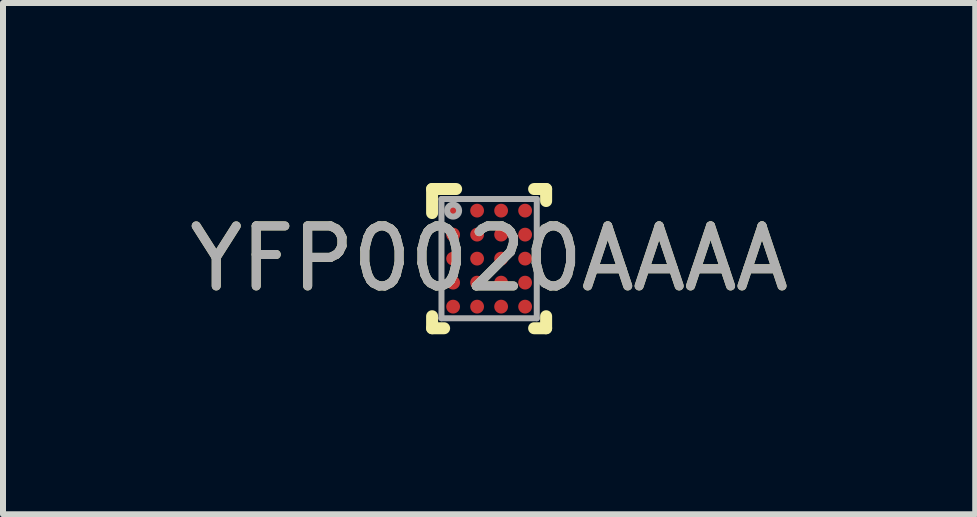
<source format=kicad_pcb>
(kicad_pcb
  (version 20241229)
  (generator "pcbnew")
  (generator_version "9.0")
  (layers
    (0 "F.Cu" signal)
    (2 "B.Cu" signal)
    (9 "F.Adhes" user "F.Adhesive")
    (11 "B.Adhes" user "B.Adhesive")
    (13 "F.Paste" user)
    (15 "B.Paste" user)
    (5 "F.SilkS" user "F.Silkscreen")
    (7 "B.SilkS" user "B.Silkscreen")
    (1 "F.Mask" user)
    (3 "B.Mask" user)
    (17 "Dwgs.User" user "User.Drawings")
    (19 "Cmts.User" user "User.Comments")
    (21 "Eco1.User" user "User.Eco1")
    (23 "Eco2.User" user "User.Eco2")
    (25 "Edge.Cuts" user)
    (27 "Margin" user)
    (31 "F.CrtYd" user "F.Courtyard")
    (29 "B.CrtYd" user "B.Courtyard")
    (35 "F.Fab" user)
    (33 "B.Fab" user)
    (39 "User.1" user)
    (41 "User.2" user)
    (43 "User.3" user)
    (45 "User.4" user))
  (footprint "YFP0020AAAA"
    (layer "F.Cu")
    (at 5.101 1.26)
    (property "Reference" "YFP0020AAAA" (at 0 0 0) (unlocked yes) (layer "F.SilkS") (effects (font (size 1 1) (thickness 0.15))))
    (attr smd)
    (fp_line (start -0.95 -1.16) (end -0.55 -1.16) (stroke (width 0.2) (type solid)) (layer "F.SilkS"))
    (fp_line (start -0.95 -0.76) (end -0.95 -1.16) (stroke (width 0.2) (type solid)) (layer "F.SilkS"))
    (fp_line (start -0.95 1.16) (end -0.95 0.96) (stroke (width 0.2) (type solid)) (layer "F.SilkS"))
    (fp_line (start -0.95 1.16) (end -0.75 1.16) (stroke (width 0.2) (type solid)) (layer "F.SilkS"))
    (fp_line (start 0.75 -1.16) (end 0.95 -1.16) (stroke (width 0.2) (type solid)) (layer "F.SilkS"))
    (fp_line (start 0.75 1.16) (end 0.95 1.16) (stroke (width 0.2) (type solid)) (layer "F.SilkS"))
    (fp_line (start 0.95 -0.96) (end 0.95 -1.16) (stroke (width 0.2) (type solid)) (layer "F.SilkS"))
    (fp_line (start 0.95 1.16) (end 0.95 0.96) (stroke (width 0.2) (type solid)) (layer "F.SilkS"))
    (fp_circle (center -0.675 -0.875) (end -0.65 -0.875) (stroke (width 0.05) (type solid)) (fill no) (layer "F.Paste"))
    (fp_circle (center -0.675 -0.725) (end -0.65 -0.725) (stroke (width 0.05) (type solid)) (fill no) (layer "F.Paste"))
    (fp_circle (center -0.675 -0.475) (end -0.65 -0.475) (stroke (width 0.05) (type solid)) (fill no) (layer "F.Paste"))
    (fp_circle (center -0.675 -0.325) (end -0.65 -0.325) (stroke (width 0.05) (type solid)) (fill no) (layer "F.Paste"))
    (fp_circle (center -0.675 -0.075) (end -0.65 -0.075) (stroke (width 0.05) (type solid)) (fill no) (layer "F.Paste"))
    (fp_circle (center -0.675 0.075) (end -0.65 0.075) (stroke (width 0.05) (type solid)) (fill no) (layer "F.Paste"))
    (fp_circle (center -0.675 0.325) (end -0.65 0.325) (stroke (width 0.05) (type solid)) (fill no) (layer "F.Paste"))
    (fp_circle (center -0.675 0.475) (end -0.65 0.475) (stroke (width 0.05) (type solid)) (fill no) (layer "F.Paste"))
    (fp_circle (center -0.675 0.725) (end -0.65 0.725) (stroke (width 0.05) (type solid)) (fill no) (layer "F.Paste"))
    (fp_circle (center -0.675 0.875) (end -0.65 0.875) (stroke (width 0.05) (type solid)) (fill no) (layer "F.Paste"))
    (fp_circle (center -0.525 -0.875) (end -0.5 -0.875) (stroke (width 0.05) (type solid)) (fill no) (layer "F.Paste"))
    (fp_circle (center -0.525 -0.725) (end -0.5 -0.725) (stroke (width 0.05) (type solid)) (fill no) (layer "F.Paste"))
    (fp_circle (center -0.525 -0.475) (end -0.5 -0.475) (stroke (width 0.05) (type solid)) (fill no) (layer "F.Paste"))
    (fp_circle (center -0.525 -0.325) (end -0.5 -0.325) (stroke (width 0.05) (type solid)) (fill no) (layer "F.Paste"))
    (fp_circle (center -0.525 -0.075) (end -0.5 -0.075) (stroke (width 0.05) (type solid)) (fill no) (layer "F.Paste"))
    (fp_circle (center -0.525 0.075) (end -0.5 0.075) (stroke (width 0.05) (type solid)) (fill no) (layer "F.Paste"))
    (fp_circle (center -0.525 0.325) (end -0.5 0.325) (stroke (width 0.05) (type solid)) (fill no) (layer "F.Paste"))
    (fp_circle (center -0.525 0.475) (end -0.5 0.475) (stroke (width 0.05) (type solid)) (fill no) (layer "F.Paste"))
    (fp_circle (center -0.525 0.725) (end -0.5 0.725) (stroke (width 0.05) (type solid)) (fill no) (layer "F.Paste"))
    (fp_circle (center -0.525 0.875) (end -0.5 0.875) (stroke (width 0.05) (type solid)) (fill no) (layer "F.Paste"))
    (fp_circle (center -0.275 -0.875) (end -0.25 -0.875) (stroke (width 0.05) (type solid)) (fill no) (layer "F.Paste"))
    (fp_circle (center -0.275 -0.725) (end -0.25 -0.725) (stroke (width 0.05) (type solid)) (fill no) (layer "F.Paste"))
    (fp_circle (center -0.275 -0.475) (end -0.25 -0.475) (stroke (width 0.05) (type solid)) (fill no) (layer "F.Paste"))
    (fp_circle (center -0.275 -0.325) (end -0.25 -0.325) (stroke (width 0.05) (type solid)) (fill no) (layer "F.Paste"))
    (fp_circle (center -0.275 -0.075) (end -0.25 -0.075) (stroke (width 0.05) (type solid)) (fill no) (layer "F.Paste"))
    (fp_circle (center -0.275 0.075) (end -0.25 0.075) (stroke (width 0.05) (type solid)) (fill no) (layer "F.Paste"))
    (fp_circle (center -0.275 0.325) (end -0.25 0.325) (stroke (width 0.05) (type solid)) (fill no) (layer "F.Paste"))
    (fp_circle (center -0.275 0.475) (end -0.25 0.475) (stroke (width 0.05) (type solid)) (fill no) (layer "F.Paste"))
    (fp_circle (center -0.275 0.725) (end -0.25 0.725) (stroke (width 0.05) (type solid)) (fill no) (layer "F.Paste"))
    (fp_circle (center -0.275 0.875) (end -0.25 0.875) (stroke (width 0.05) (type solid)) (fill no) (layer "F.Paste"))
    (fp_circle (center -0.125 -0.875) (end -0.1 -0.875) (stroke (width 0.05) (type solid)) (fill no) (layer "F.Paste"))
    (fp_circle (center -0.125 -0.725) (end -0.1 -0.725) (stroke (width 0.05) (type solid)) (fill no) (layer "F.Paste"))
    (fp_circle (center -0.125 -0.475) (end -0.1 -0.475) (stroke (width 0.05) (type solid)) (fill no) (layer "F.Paste"))
    (fp_circle (center -0.125 -0.325) (end -0.1 -0.325) (stroke (width 0.05) (type solid)) (fill no) (layer "F.Paste"))
    (fp_circle (center -0.125 -0.075) (end -0.1 -0.075) (stroke (width 0.05) (type solid)) (fill no) (layer "F.Paste"))
    (fp_circle (center -0.125 0.075) (end -0.1 0.075) (stroke (width 0.05) (type solid)) (fill no) (layer "F.Paste"))
    (fp_circle (center -0.125 0.325) (end -0.1 0.325) (stroke (width 0.05) (type solid)) (fill no) (layer "F.Paste"))
    (fp_circle (center -0.125 0.475) (end -0.1 0.475) (stroke (width 0.05) (type solid)) (fill no) (layer "F.Paste"))
    (fp_circle (center -0.125 0.725) (end -0.1 0.725) (stroke (width 0.05) (type solid)) (fill no) (layer "F.Paste"))
    (fp_circle (center -0.125 0.875) (end -0.1 0.875) (stroke (width 0.05) (type solid)) (fill no) (layer "F.Paste"))
    (fp_circle (center 0.125 -0.875) (end 0.15 -0.875) (stroke (width 0.05) (type solid)) (fill no) (layer "F.Paste"))
    (fp_circle (center 0.125 -0.725) (end 0.15 -0.725) (stroke (width 0.05) (type solid)) (fill no) (layer "F.Paste"))
    (fp_circle (center 0.125 -0.475) (end 0.15 -0.475) (stroke (width 0.05) (type solid)) (fill no) (layer "F.Paste"))
    (fp_circle (center 0.125 -0.325) (end 0.15 -0.325) (stroke (width 0.05) (type solid)) (fill no) (layer "F.Paste"))
    (fp_circle (center 0.125 -0.075) (end 0.15 -0.075) (stroke (width 0.05) (type solid)) (fill no) (layer "F.Paste"))
    (fp_circle (center 0.125 0.075) (end 0.15 0.075) (stroke (width 0.05) (type solid)) (fill no) (layer "F.Paste"))
    (fp_circle (center 0.125 0.325) (end 0.15 0.325) (stroke (width 0.05) (type solid)) (fill no) (layer "F.Paste"))
    (fp_circle (center 0.125 0.475) (end 0.15 0.475) (stroke (width 0.05) (type solid)) (fill no) (layer "F.Paste"))
    (fp_circle (center 0.125 0.725) (end 0.15 0.725) (stroke (width 0.05) (type solid)) (fill no) (layer "F.Paste"))
    (fp_circle (center 0.125 0.875) (end 0.15 0.875) (stroke (width 0.05) (type solid)) (fill no) (layer "F.Paste"))
    (fp_circle (center 0.275 -0.875) (end 0.3 -0.875) (stroke (width 0.05) (type solid)) (fill no) (layer "F.Paste"))
    (fp_circle (center 0.275 -0.725) (end 0.3 -0.725) (stroke (width 0.05) (type solid)) (fill no) (layer "F.Paste"))
    (fp_circle (center 0.275 -0.475) (end 0.3 -0.475) (stroke (width 0.05) (type solid)) (fill no) (layer "F.Paste"))
    (fp_circle (center 0.275 -0.325) (end 0.3 -0.325) (stroke (width 0.05) (type solid)) (fill no) (layer "F.Paste"))
    (fp_circle (center 0.275 -0.075) (end 0.3 -0.075) (stroke (width 0.05) (type solid)) (fill no) (layer "F.Paste"))
    (fp_circle (center 0.275 0.075) (end 0.3 0.075) (stroke (width 0.05) (type solid)) (fill no) (layer "F.Paste"))
    (fp_circle (center 0.275 0.325) (end 0.3 0.325) (stroke (width 0.05) (type solid)) (fill no) (layer "F.Paste"))
    (fp_circle (center 0.275 0.475) (end 0.3 0.475) (stroke (width 0.05) (type solid)) (fill no) (layer "F.Paste"))
    (fp_circle (center 0.275 0.725) (end 0.3 0.725) (stroke (width 0.05) (type solid)) (fill no) (layer "F.Paste"))
    (fp_circle (center 0.275 0.875) (end 0.3 0.875) (stroke (width 0.05) (type solid)) (fill no) (layer "F.Paste"))
    (fp_circle (center 0.525 -0.875) (end 0.55 -0.875) (stroke (width 0.05) (type solid)) (fill no) (layer "F.Paste"))
    (fp_circle (center 0.525 -0.725) (end 0.55 -0.725) (stroke (width 0.05) (type solid)) (fill no) (layer "F.Paste"))
    (fp_circle (center 0.525 -0.475) (end 0.55 -0.475) (stroke (width 0.05) (type solid)) (fill no) (layer "F.Paste"))
    (fp_circle (center 0.525 -0.325) (end 0.55 -0.325) (stroke (width 0.05) (type solid)) (fill no) (layer "F.Paste"))
    (fp_circle (center 0.525 -0.075) (end 0.55 -0.075) (stroke (width 0.05) (type solid)) (fill no) (layer "F.Paste"))
    (fp_circle (center 0.525 0.075) (end 0.55 0.075) (stroke (width 0.05) (type solid)) (fill no) (layer "F.Paste"))
    (fp_circle (center 0.525 0.325) (end 0.55 0.325) (stroke (width 0.05) (type solid)) (fill no) (layer "F.Paste"))
    (fp_circle (center 0.525 0.475) (end 0.55 0.475) (stroke (width 0.05) (type solid)) (fill no) (layer "F.Paste"))
    (fp_circle (center 0.525 0.725) (end 0.55 0.725) (stroke (width 0.05) (type solid)) (fill no) (layer "F.Paste"))
    (fp_circle (center 0.525 0.875) (end 0.55 0.875) (stroke (width 0.05) (type solid)) (fill no) (layer "F.Paste"))
    (fp_circle (center 0.675 -0.875) (end 0.7 -0.875) (stroke (width 0.05) (type solid)) (fill no) (layer "F.Paste"))
    (fp_circle (center 0.675 -0.725) (end 0.7 -0.725) (stroke (width 0.05) (type solid)) (fill no) (layer "F.Paste"))
    (fp_circle (center 0.675 -0.475) (end 0.7 -0.475) (stroke (width 0.05) (type solid)) (fill no) (layer "F.Paste"))
    (fp_circle (center 0.675 -0.325) (end 0.7 -0.325) (stroke (width 0.05) (type solid)) (fill no) (layer "F.Paste"))
    (fp_circle (center 0.675 -0.075) (end 0.7 -0.075) (stroke (width 0.05) (type solid)) (fill no) (layer "F.Paste"))
    (fp_circle (center 0.675 0.075) (end 0.7 0.075) (stroke (width 0.05) (type solid)) (fill no) (layer "F.Paste"))
    (fp_circle (center 0.675 0.325) (end 0.7 0.325) (stroke (width 0.05) (type solid)) (fill no) (layer "F.Paste"))
    (fp_circle (center 0.675 0.475) (end 0.7 0.475) (stroke (width 0.05) (type solid)) (fill no) (layer "F.Paste"))
    (fp_circle (center 0.675 0.725) (end 0.7 0.725) (stroke (width 0.05) (type solid)) (fill no) (layer "F.Paste"))
    (fp_circle (center 0.675 0.875) (end 0.7 0.875) (stroke (width 0.05) (type solid)) (fill no) (layer "F.Paste"))
    (fp_poly (pts (xy -0.725 -0.875) (xy -0.725 -0.725) (xy -0.675 -0.725) (xy -0.675 -0.875)) (stroke (width 0) (type solid)) (fill yes) (layer "F.Paste"))
    (fp_poly (pts (xy -0.725 -0.475) (xy -0.725 -0.325) (xy -0.675 -0.325) (xy -0.675 -0.475)) (stroke (width 0) (type solid)) (fill yes) (layer "F.Paste"))
    (fp_poly (pts (xy -0.725 -0.075) (xy -0.725 0.075) (xy -0.675 0.075) (xy -0.675 -0.075)) (stroke (width 0) (type solid)) (fill yes) (layer "F.Paste"))
    (fp_poly (pts (xy -0.725 0.325) (xy -0.725 0.475) (xy -0.675 0.475) (xy -0.675 0.325)) (stroke (width 0) (type solid)) (fill yes) (layer "F.Paste"))
    (fp_poly (pts (xy -0.725 0.725) (xy -0.725 0.875) (xy -0.675 0.875) (xy -0.675 0.725)) (stroke (width 0) (type solid)) (fill yes) (layer "F.Paste"))
    (fp_poly (pts (xy -0.675 -0.875) (xy -0.675 -0.725) (xy -0.525 -0.725) (xy -0.525 -0.875)) (stroke (width 0) (type solid)) (fill yes) (layer "F.Paste"))
    (fp_poly (pts (xy -0.675 -0.675) (xy -0.525 -0.675) (xy -0.525 -0.725) (xy -0.675 -0.725)) (stroke (width 0) (type solid)) (fill yes) (layer "F.Paste"))
    (fp_poly (pts (xy -0.675 -0.475) (xy -0.675 -0.325) (xy -0.525 -0.325) (xy -0.525 -0.475)) (stroke (width 0) (type solid)) (fill yes) (layer "F.Paste"))
    (fp_poly (pts (xy -0.675 -0.275) (xy -0.525 -0.275) (xy -0.525 -0.325) (xy -0.675 -0.325)) (stroke (width 0) (type solid)) (fill yes) (layer "F.Paste"))
    (fp_poly (pts (xy -0.675 -0.075) (xy -0.675 0.075) (xy -0.525 0.075) (xy -0.525 -0.075)) (stroke (width 0) (type solid)) (fill yes) (layer "F.Paste"))
    (fp_poly (pts (xy -0.675 0.125) (xy -0.525 0.125) (xy -0.525 0.075) (xy -0.675 0.075)) (stroke (width 0) (type solid)) (fill yes) (layer "F.Paste"))
    (fp_poly (pts (xy -0.675 0.325) (xy -0.675 0.475) (xy -0.525 0.475) (xy -0.525 0.325)) (stroke (width 0) (type solid)) (fill yes) (layer "F.Paste"))
    (fp_poly (pts (xy -0.675 0.525) (xy -0.525 0.525) (xy -0.525 0.475) (xy -0.675 0.475)) (stroke (width 0) (type solid)) (fill yes) (layer "F.Paste"))
    (fp_poly (pts (xy -0.675 0.725) (xy -0.675 0.875) (xy -0.525 0.875) (xy -0.525 0.725)) (stroke (width 0) (type solid)) (fill yes) (layer "F.Paste"))
    (fp_poly (pts (xy -0.675 0.925) (xy -0.525 0.925) (xy -0.525 0.875) (xy -0.675 0.875)) (stroke (width 0) (type solid)) (fill yes) (layer "F.Paste"))
    (fp_poly (pts (xy -0.525 -0.925) (xy -0.675 -0.925) (xy -0.675 -0.875) (xy -0.525 -0.875)) (stroke (width 0) (type solid)) (fill yes) (layer "F.Paste"))
    (fp_poly (pts (xy -0.525 -0.525) (xy -0.675 -0.525) (xy -0.675 -0.475) (xy -0.525 -0.475)) (stroke (width 0) (type solid)) (fill yes) (layer "F.Paste"))
    (fp_poly (pts (xy -0.525 -0.125) (xy -0.675 -0.125) (xy -0.675 -0.075) (xy -0.525 -0.075)) (stroke (width 0) (type solid)) (fill yes) (layer "F.Paste"))
    (fp_poly (pts (xy -0.525 0.275) (xy -0.675 0.275) (xy -0.675 0.325) (xy -0.525 0.325)) (stroke (width 0) (type solid)) (fill yes) (layer "F.Paste"))
    (fp_poly (pts (xy -0.525 0.675) (xy -0.675 0.675) (xy -0.675 0.725) (xy -0.525 0.725)) (stroke (width 0) (type solid)) (fill yes) (layer "F.Paste"))
    (fp_poly (pts (xy -0.475 -0.725) (xy -0.475 -0.875) (xy -0.525 -0.875) (xy -0.525 -0.725)) (stroke (width 0) (type solid)) (fill yes) (layer "F.Paste"))
    (fp_poly (pts (xy -0.475 -0.325) (xy -0.475 -0.475) (xy -0.525 -0.475) (xy -0.525 -0.325)) (stroke (width 0) (type solid)) (fill yes) (layer "F.Paste"))
    (fp_poly (pts (xy -0.475 0.075) (xy -0.475 -0.075) (xy -0.525 -0.075) (xy -0.525 0.075)) (stroke (width 0) (type solid)) (fill yes) (layer "F.Paste"))
    (fp_poly (pts (xy -0.475 0.475) (xy -0.475 0.325) (xy -0.525 0.325) (xy -0.525 0.475)) (stroke (width 0) (type solid)) (fill yes) (layer "F.Paste"))
    (fp_poly (pts (xy -0.475 0.875) (xy -0.475 0.725) (xy -0.525 0.725) (xy -0.525 0.875)) (stroke (width 0) (type solid)) (fill yes) (layer "F.Paste"))
    (fp_poly (pts (xy -0.325 -0.875) (xy -0.325 -0.725) (xy -0.275 -0.725) (xy -0.275 -0.875)) (stroke (width 0) (type solid)) (fill yes) (layer "F.Paste"))
    (fp_poly (pts (xy -0.325 -0.475) (xy -0.325 -0.325) (xy -0.275 -0.325) (xy -0.275 -0.475)) (stroke (width 0) (type solid)) (fill yes) (layer "F.Paste"))
    (fp_poly (pts (xy -0.325 -0.075) (xy -0.325 0.075) (xy -0.275 0.075) (xy -0.275 -0.075)) (stroke (width 0) (type solid)) (fill yes) (layer "F.Paste"))
    (fp_poly (pts (xy -0.325 0.325) (xy -0.325 0.475) (xy -0.275 0.475) (xy -0.275 0.325)) (stroke (width 0) (type solid)) (fill yes) (layer "F.Paste"))
    (fp_poly (pts (xy -0.325 0.725) (xy -0.325 0.875) (xy -0.275 0.875) (xy -0.275 0.725)) (stroke (width 0) (type solid)) (fill yes) (layer "F.Paste"))
    (fp_poly (pts (xy -0.275 -0.875) (xy -0.275 -0.725) (xy -0.125 -0.725) (xy -0.125 -0.875)) (stroke (width 0) (type solid)) (fill yes) (layer "F.Paste"))
    (fp_poly (pts (xy -0.275 -0.675) (xy -0.125 -0.675) (xy -0.125 -0.725) (xy -0.275 -0.725)) (stroke (width 0) (type solid)) (fill yes) (layer "F.Paste"))
    (fp_poly (pts (xy -0.275 -0.475) (xy -0.275 -0.325) (xy -0.125 -0.325) (xy -0.125 -0.475)) (stroke (width 0) (type solid)) (fill yes) (layer "F.Paste"))
    (fp_poly (pts (xy -0.275 -0.275) (xy -0.125 -0.275) (xy -0.125 -0.325) (xy -0.275 -0.325)) (stroke (width 0) (type solid)) (fill yes) (layer "F.Paste"))
    (fp_poly (pts (xy -0.275 -0.075) (xy -0.275 0.075) (xy -0.125 0.075) (xy -0.125 -0.075)) (stroke (width 0) (type solid)) (fill yes) (layer "F.Paste"))
    (fp_poly (pts (xy -0.275 0.125) (xy -0.125 0.125) (xy -0.125 0.075) (xy -0.275 0.075)) (stroke (width 0) (type solid)) (fill yes) (layer "F.Paste"))
    (fp_poly (pts (xy -0.275 0.325) (xy -0.275 0.475) (xy -0.125 0.475) (xy -0.125 0.325)) (stroke (width 0) (type solid)) (fill yes) (layer "F.Paste"))
    (fp_poly (pts (xy -0.275 0.525) (xy -0.125 0.525) (xy -0.125 0.475) (xy -0.275 0.475)) (stroke (width 0) (type solid)) (fill yes) (layer "F.Paste"))
    (fp_poly (pts (xy -0.275 0.725) (xy -0.275 0.875) (xy -0.125 0.875) (xy -0.125 0.725)) (stroke (width 0) (type solid)) (fill yes) (layer "F.Paste"))
    (fp_poly (pts (xy -0.275 0.925) (xy -0.125 0.925) (xy -0.125 0.875) (xy -0.275 0.875)) (stroke (width 0) (type solid)) (fill yes) (layer "F.Paste"))
    (fp_poly (pts (xy -0.125 -0.925) (xy -0.275 -0.925) (xy -0.275 -0.875) (xy -0.125 -0.875)) (stroke (width 0) (type solid)) (fill yes) (layer "F.Paste"))
    (fp_poly (pts (xy -0.125 -0.525) (xy -0.275 -0.525) (xy -0.275 -0.475) (xy -0.125 -0.475)) (stroke (width 0) (type solid)) (fill yes) (layer "F.Paste"))
    (fp_poly (pts (xy -0.125 -0.125) (xy -0.275 -0.125) (xy -0.275 -0.075) (xy -0.125 -0.075)) (stroke (width 0) (type solid)) (fill yes) (layer "F.Paste"))
    (fp_poly (pts (xy -0.125 0.275) (xy -0.275 0.275) (xy -0.275 0.325) (xy -0.125 0.325)) (stroke (width 0) (type solid)) (fill yes) (layer "F.Paste"))
    (fp_poly (pts (xy -0.125 0.675) (xy -0.275 0.675) (xy -0.275 0.725) (xy -0.125 0.725)) (stroke (width 0) (type solid)) (fill yes) (layer "F.Paste"))
    (fp_poly (pts (xy -0.075 -0.725) (xy -0.075 -0.875) (xy -0.125 -0.875) (xy -0.125 -0.725)) (stroke (width 0) (type solid)) (fill yes) (layer "F.Paste"))
    (fp_poly (pts (xy -0.075 -0.325) (xy -0.075 -0.475) (xy -0.125 -0.475) (xy -0.125 -0.325)) (stroke (width 0) (type solid)) (fill yes) (layer "F.Paste"))
    (fp_poly (pts (xy -0.075 0.075) (xy -0.075 -0.075) (xy -0.125 -0.075) (xy -0.125 0.075)) (stroke (width 0) (type solid)) (fill yes) (layer "F.Paste"))
    (fp_poly (pts (xy -0.075 0.475) (xy -0.075 0.325) (xy -0.125 0.325) (xy -0.125 0.475)) (stroke (width 0) (type solid)) (fill yes) (layer "F.Paste"))
    (fp_poly (pts (xy -0.075 0.875) (xy -0.075 0.725) (xy -0.125 0.725) (xy -0.125 0.875)) (stroke (width 0) (type solid)) (fill yes) (layer "F.Paste"))
    (fp_poly (pts (xy 0.075 -0.875) (xy 0.075 -0.725) (xy 0.125 -0.725) (xy 0.125 -0.875)) (stroke (width 0) (type solid)) (fill yes) (layer "F.Paste"))
    (fp_poly (pts (xy 0.075 -0.475) (xy 0.075 -0.325) (xy 0.125 -0.325) (xy 0.125 -0.475)) (stroke (width 0) (type solid)) (fill yes) (layer "F.Paste"))
    (fp_poly (pts (xy 0.075 -0.075) (xy 0.075 0.075) (xy 0.125 0.075) (xy 0.125 -0.075)) (stroke (width 0) (type solid)) (fill yes) (layer "F.Paste"))
    (fp_poly (pts (xy 0.075 0.325) (xy 0.075 0.475) (xy 0.125 0.475) (xy 0.125 0.325)) (stroke (width 0) (type solid)) (fill yes) (layer "F.Paste"))
    (fp_poly (pts (xy 0.075 0.725) (xy 0.075 0.875) (xy 0.125 0.875) (xy 0.125 0.725)) (stroke (width 0) (type solid)) (fill yes) (layer "F.Paste"))
    (fp_poly (pts (xy 0.125 -0.875) (xy 0.125 -0.725) (xy 0.275 -0.725) (xy 0.275 -0.875)) (stroke (width 0) (type solid)) (fill yes) (layer "F.Paste"))
    (fp_poly (pts (xy 0.125 -0.675) (xy 0.275 -0.675) (xy 0.275 -0.725) (xy 0.125 -0.725)) (stroke (width 0) (type solid)) (fill yes) (layer "F.Paste"))
    (fp_poly (pts (xy 0.125 -0.475) (xy 0.125 -0.325) (xy 0.275 -0.325) (xy 0.275 -0.475)) (stroke (width 0) (type solid)) (fill yes) (layer "F.Paste"))
    (fp_poly (pts (xy 0.125 -0.275) (xy 0.275 -0.275) (xy 0.275 -0.325) (xy 0.125 -0.325)) (stroke (width 0) (type solid)) (fill yes) (layer "F.Paste"))
    (fp_poly (pts (xy 0.125 -0.075) (xy 0.125 0.075) (xy 0.275 0.075) (xy 0.275 -0.075)) (stroke (width 0) (type solid)) (fill yes) (layer "F.Paste"))
    (fp_poly (pts (xy 0.125 0.125) (xy 0.275 0.125) (xy 0.275 0.075) (xy 0.125 0.075)) (stroke (width 0) (type solid)) (fill yes) (layer "F.Paste"))
    (fp_poly (pts (xy 0.125 0.325) (xy 0.125 0.475) (xy 0.275 0.475) (xy 0.275 0.325)) (stroke (width 0) (type solid)) (fill yes) (layer "F.Paste"))
    (fp_poly (pts (xy 0.125 0.525) (xy 0.275 0.525) (xy 0.275 0.475) (xy 0.125 0.475)) (stroke (width 0) (type solid)) (fill yes) (layer "F.Paste"))
    (fp_poly (pts (xy 0.125 0.725) (xy 0.125 0.875) (xy 0.275 0.875) (xy 0.275 0.725)) (stroke (width 0) (type solid)) (fill yes) (layer "F.Paste"))
    (fp_poly (pts (xy 0.125 0.925) (xy 0.275 0.925) (xy 0.275 0.875) (xy 0.125 0.875)) (stroke (width 0) (type solid)) (fill yes) (layer "F.Paste"))
    (fp_poly (pts (xy 0.275 -0.925) (xy 0.125 -0.925) (xy 0.125 -0.875) (xy 0.275 -0.875)) (stroke (width 0) (type solid)) (fill yes) (layer "F.Paste"))
    (fp_poly (pts (xy 0.275 -0.525) (xy 0.125 -0.525) (xy 0.125 -0.475) (xy 0.275 -0.475)) (stroke (width 0) (type solid)) (fill yes) (layer "F.Paste"))
    (fp_poly (pts (xy 0.275 -0.125) (xy 0.125 -0.125) (xy 0.125 -0.075) (xy 0.275 -0.075)) (stroke (width 0) (type solid)) (fill yes) (layer "F.Paste"))
    (fp_poly (pts (xy 0.275 0.275) (xy 0.125 0.275) (xy 0.125 0.325) (xy 0.275 0.325)) (stroke (width 0) (type solid)) (fill yes) (layer "F.Paste"))
    (fp_poly (pts (xy 0.275 0.675) (xy 0.125 0.675) (xy 0.125 0.725) (xy 0.275 0.725)) (stroke (width 0) (type solid)) (fill yes) (layer "F.Paste"))
    (fp_poly (pts (xy 0.325 -0.725) (xy 0.325 -0.875) (xy 0.275 -0.875) (xy 0.275 -0.725)) (stroke (width 0) (type solid)) (fill yes) (layer "F.Paste"))
    (fp_poly (pts (xy 0.325 -0.325) (xy 0.325 -0.475) (xy 0.275 -0.475) (xy 0.275 -0.325)) (stroke (width 0) (type solid)) (fill yes) (layer "F.Paste"))
    (fp_poly (pts (xy 0.325 0.075) (xy 0.325 -0.075) (xy 0.275 -0.075) (xy 0.275 0.075)) (stroke (width 0) (type solid)) (fill yes) (layer "F.Paste"))
    (fp_poly (pts (xy 0.325 0.475) (xy 0.325 0.325) (xy 0.275 0.325) (xy 0.275 0.475)) (stroke (width 0) (type solid)) (fill yes) (layer "F.Paste"))
    (fp_poly (pts (xy 0.325 0.875) (xy 0.325 0.725) (xy 0.275 0.725) (xy 0.275 0.875)) (stroke (width 0) (type solid)) (fill yes) (layer "F.Paste"))
    (fp_poly (pts (xy 0.475 -0.875) (xy 0.475 -0.725) (xy 0.525 -0.725) (xy 0.525 -0.875)) (stroke (width 0) (type solid)) (fill yes) (layer "F.Paste"))
    (fp_poly (pts (xy 0.475 -0.475) (xy 0.475 -0.325) (xy 0.525 -0.325) (xy 0.525 -0.475)) (stroke (width 0) (type solid)) (fill yes) (layer "F.Paste"))
    (fp_poly (pts (xy 0.475 -0.075) (xy 0.475 0.075) (xy 0.525 0.075) (xy 0.525 -0.075)) (stroke (width 0) (type solid)) (fill yes) (layer "F.Paste"))
    (fp_poly (pts (xy 0.475 0.325) (xy 0.475 0.475) (xy 0.525 0.475) (xy 0.525 0.325)) (stroke (width 0) (type solid)) (fill yes) (layer "F.Paste"))
    (fp_poly (pts (xy 0.475 0.725) (xy 0.475 0.875) (xy 0.525 0.875) (xy 0.525 0.725)) (stroke (width 0) (type solid)) (fill yes) (layer "F.Paste"))
    (fp_poly (pts (xy 0.525 -0.875) (xy 0.525 -0.725) (xy 0.675 -0.725) (xy 0.675 -0.875)) (stroke (width 0) (type solid)) (fill yes) (layer "F.Paste"))
    (fp_poly (pts (xy 0.525 -0.675) (xy 0.675 -0.675) (xy 0.675 -0.725) (xy 0.525 -0.725)) (stroke (width 0) (type solid)) (fill yes) (layer "F.Paste"))
    (fp_poly (pts (xy 0.525 -0.475) (xy 0.525 -0.325) (xy 0.675 -0.325) (xy 0.675 -0.475)) (stroke (width 0) (type solid)) (fill yes) (layer "F.Paste"))
    (fp_poly (pts (xy 0.525 -0.275) (xy 0.675 -0.275) (xy 0.675 -0.325) (xy 0.525 -0.325)) (stroke (width 0) (type solid)) (fill yes) (layer "F.Paste"))
    (fp_poly (pts (xy 0.525 -0.075) (xy 0.525 0.075) (xy 0.675 0.075) (xy 0.675 -0.075)) (stroke (width 0) (type solid)) (fill yes) (layer "F.Paste"))
    (fp_poly (pts (xy 0.525 0.125) (xy 0.675 0.125) (xy 0.675 0.075) (xy 0.525 0.075)) (stroke (width 0) (type solid)) (fill yes) (layer "F.Paste"))
    (fp_poly (pts (xy 0.525 0.325) (xy 0.525 0.475) (xy 0.675 0.475) (xy 0.675 0.325)) (stroke (width 0) (type solid)) (fill yes) (layer "F.Paste"))
    (fp_poly (pts (xy 0.525 0.525) (xy 0.675 0.525) (xy 0.675 0.475) (xy 0.525 0.475)) (stroke (width 0) (type solid)) (fill yes) (layer "F.Paste"))
    (fp_poly (pts (xy 0.525 0.725) (xy 0.525 0.875) (xy 0.675 0.875) (xy 0.675 0.725)) (stroke (width 0) (type solid)) (fill yes) (layer "F.Paste"))
    (fp_poly (pts (xy 0.525 0.925) (xy 0.675 0.925) (xy 0.675 0.875) (xy 0.525 0.875)) (stroke (width 0) (type solid)) (fill yes) (layer "F.Paste"))
    (fp_poly (pts (xy 0.675 -0.925) (xy 0.525 -0.925) (xy 0.525 -0.875) (xy 0.675 -0.875)) (stroke (width 0) (type solid)) (fill yes) (layer "F.Paste"))
    (fp_poly (pts (xy 0.675 -0.525) (xy 0.525 -0.525) (xy 0.525 -0.475) (xy 0.675 -0.475)) (stroke (width 0) (type solid)) (fill yes) (layer "F.Paste"))
    (fp_poly (pts (xy 0.675 -0.125) (xy 0.525 -0.125) (xy 0.525 -0.075) (xy 0.675 -0.075)) (stroke (width 0) (type solid)) (fill yes) (layer "F.Paste"))
    (fp_poly (pts (xy 0.675 0.275) (xy 0.525 0.275) (xy 0.525 0.325) (xy 0.675 0.325)) (stroke (width 0) (type solid)) (fill yes) (layer "F.Paste"))
    (fp_poly (pts (xy 0.675 0.675) (xy 0.525 0.675) (xy 0.525 0.725) (xy 0.675 0.725)) (stroke (width 0) (type solid)) (fill yes) (layer "F.Paste"))
    (fp_poly (pts (xy 0.725 -0.725) (xy 0.725 -0.875) (xy 0.675 -0.875) (xy 0.675 -0.725)) (stroke (width 0) (type solid)) (fill yes) (layer "F.Paste"))
    (fp_poly (pts (xy 0.725 -0.325) (xy 0.725 -0.475) (xy 0.675 -0.475) (xy 0.675 -0.325)) (stroke (width 0) (type solid)) (fill yes) (layer "F.Paste"))
    (fp_poly (pts (xy 0.725 0.075) (xy 0.725 -0.075) (xy 0.675 -0.075) (xy 0.675 0.075)) (stroke (width 0) (type solid)) (fill yes) (layer "F.Paste"))
    (fp_poly (pts (xy 0.725 0.475) (xy 0.725 0.325) (xy 0.675 0.325) (xy 0.675 0.475)) (stroke (width 0) (type solid)) (fill yes) (layer "F.Paste"))
    (fp_poly (pts (xy 0.725 0.875) (xy 0.725 0.725) (xy 0.675 0.725) (xy 0.675 0.875)) (stroke (width 0) (type solid)) (fill yes) (layer "F.Paste"))
    (fp_line (start -0.794 -0.994) (end 0.794 -0.994) (stroke (width 0.1) (type solid)) (layer "F.Fab"))
    (fp_line (start -0.794 0.994) (end -0.794 -0.994) (stroke (width 0.1) (type solid)) (layer "F.Fab"))
    (fp_line (start -0.794 0.994) (end 0.794 0.994) (stroke (width 0.1) (type solid)) (layer "F.Fab"))
    (fp_line (start 0.794 0.994) (end 0.794 -0.994) (stroke (width 0.1) (type solid)) (layer "F.Fab"))
    (fp_circle (center -0.6 -0.8) (end -0.5 -0.8) (stroke (width 0.1) (type solid)) (fill no) (layer "F.Fab"))
    (fp_text user "${REFERENCE}" (at 0 0 0) (unlocked yes) (layer "F.Fab") (effects (font (size 1 1) (thickness 0.15))))
    (pad "A1" smd circle (at -0.6 -0.8) (size 0.23 0.23) (layers "F.Cu" "F.Mask"))
    (pad "A2" smd circle (at -0.2 -0.8) (size 0.23 0.23) (layers "F.Cu" "F.Mask"))
    (pad "A3" smd circle (at 0.2 -0.8) (size 0.23 0.23) (layers "F.Cu" "F.Mask"))
    (pad "A4" smd circle (at 0.6 -0.8) (size 0.23 0.23) (layers "F.Cu" "F.Mask"))
    (pad "B1" smd circle (at -0.6 -0.4) (size 0.23 0.23) (layers "F.Cu" "F.Mask"))
    (pad "B2" smd circle (at -0.2 -0.4) (size 0.23 0.23) (layers "F.Cu" "F.Mask"))
    (pad "B3" smd circle (at 0.2 -0.4) (size 0.23 0.23) (layers "F.Cu" "F.Mask"))
    (pad "B4" smd circle (at 0.6 -0.4) (size 0.23 0.23) (layers "F.Cu" "F.Mask"))
    (pad "C1" smd circle (at -0.6 0) (size 0.23 0.23) (layers "F.Cu" "F.Mask"))
    (pad "C2" smd circle (at -0.2 0) (size 0.23 0.23) (layers "F.Cu" "F.Mask"))
    (pad "C3" smd circle (at 0.2 0) (size 0.23 0.23) (layers "F.Cu" "F.Mask"))
    (pad "C4" smd circle (at 0.6 0) (size 0.23 0.23) (layers "F.Cu" "F.Mask"))
    (pad "D1" smd circle (at -0.6 0.4) (size 0.23 0.23) (layers "F.Cu" "F.Mask"))
    (pad "D2" smd circle (at -0.2 0.4) (size 0.23 0.23) (layers "F.Cu" "F.Mask"))
    (pad "D3" smd circle (at 0.2 0.4) (size 0.23 0.23) (layers "F.Cu" "F.Mask"))
    (pad "D4" smd circle (at 0.6 0.4) (size 0.23 0.23) (layers "F.Cu" "F.Mask"))
    (pad "E1" smd circle (at -0.6 0.8) (size 0.23 0.23) (layers "F.Cu" "F.Mask"))
    (pad "E2" smd circle (at -0.2 0.8) (size 0.23 0.23) (layers "F.Cu" "F.Mask"))
    (pad "E3" smd circle (at 0.2 0.8) (size 0.23 0.23) (layers "F.Cu" "F.Mask"))
    (pad "E4" smd circle (at 0.6 0.8) (size 0.23 0.23) (layers "F.Cu" "F.Mask")))
  (gr_rect
    (start -3 -3)
    (end 13.202 5.52)
    (stroke (width 0.1) (type default))
    (fill no)
    (layer "Edge.Cuts")))
</source>
